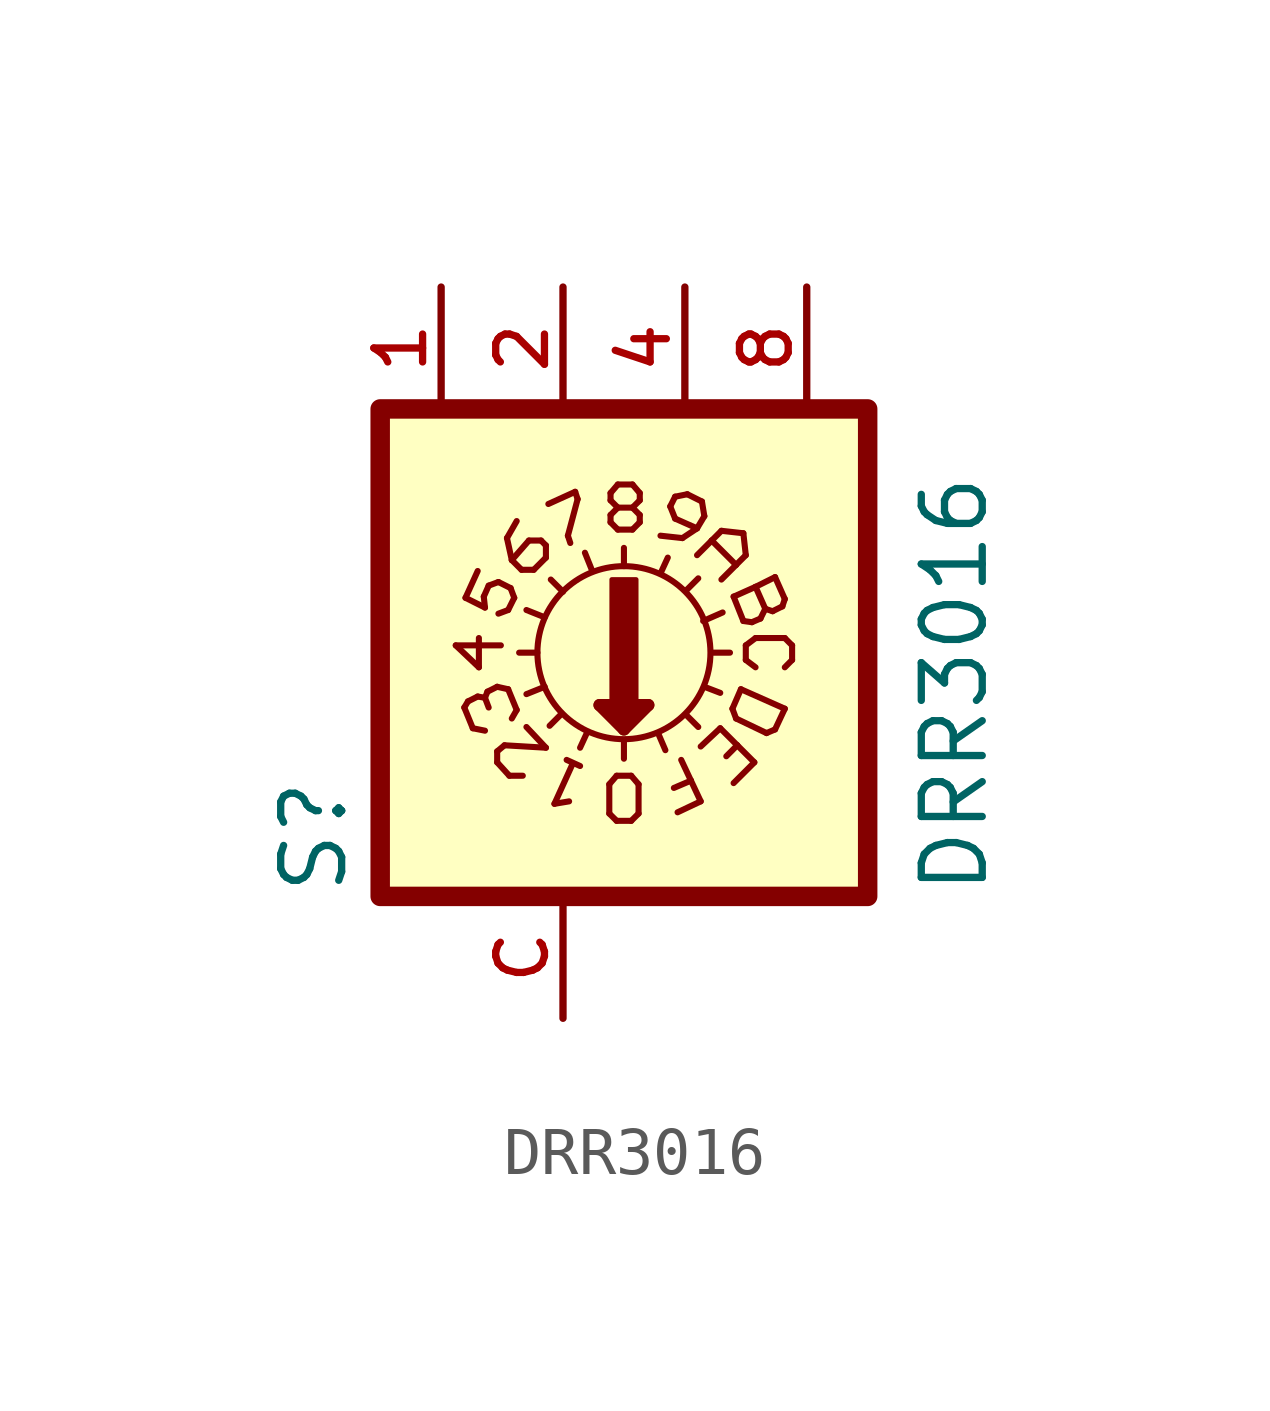
<source format=kicad_sym>
(kicad_symbol_lib
  (version 20211014)
  (generator kicad_symbol_editor)
  (symbol "DRR3016"
    (pin_names
      (offset 1.016))
    (property "Reference" "S"
      (at -4.45 -5.086 90.0)
      (effects (font (size 1.27 1.27)) (justify bottom left)))
    (property "Value" "DRR3016"
      (at 8.901 -5.086 90.0)
      (effects (font (size 1.27 1.27)) (justify bottom left)))
    (symbol "DRR3016_0_0"
      (polyline (pts (xy 3.099 0.0) (xy 3.48 0.0)) (stroke (width 0.127)))
      (polyline (pts (xy 1.27 1.803) (xy 1.27 2.184)) (stroke (width 0.127)))
      (polyline (pts (xy -0.914 0.0) (xy -0.533 0.0)) (stroke (width 0.127)))
      (polyline (pts (xy 2.565 -1.295) (xy 2.819 -1.549)) (stroke (width 0.127)))
      (polyline (pts (xy 0.0 1.27) (xy -0.254 1.524)) (stroke (width 0.127)))
      (polyline (pts (xy 2.565 1.295) (xy 2.819 1.549)) (stroke (width 0.127)))
      (polyline (pts (xy -0.025 -1.27) (xy -0.279 -1.524)) (stroke (width 0.127)))
      (polyline (pts (xy 2.032 1.651) (xy 2.184 1.981)) (stroke (width 0.127)))
      (polyline (pts (xy 2.921 0.66) (xy 3.327 0.838)) (stroke (width 0.127)))
      (polyline (pts (xy 2.946 -0.711) (xy 3.277 -0.838)) (stroke (width 0.127)))
      (polyline (pts (xy 1.981 -1.676) (xy 2.134 -2.032)) (stroke (width 0.127)))
      (polyline (pts (xy 0.508 -1.651) (xy 0.356 -1.981)) (stroke (width 0.127)))
      (polyline (pts (xy -0.381 -0.711) (xy -0.762 -0.864)) (stroke (width 0.127)))
      (polyline (pts (xy -0.381 0.737) (xy -0.762 0.889)) (stroke (width 0.127)))
      (polyline (pts (xy 0.61 1.702) (xy 0.457 2.083)) (stroke (width 0.127)))
      (polyline (pts (xy 0.762 -1.092) (xy 1.27 -1.6)) (stroke (width 0.254)))
      (polyline (pts (xy 1.27 -1.6) (xy 1.778 -1.092)) (stroke (width 0.254)))
      (polyline (pts (xy 1.778 -1.092) (xy 0.762 -1.092)) (stroke (width 0.254)))
      (polyline (pts (xy 1.27 -1.829) (xy 1.27 -2.21)) (stroke (width 0.127)))
      (polyline (pts (xy 1.016 -1.219) (xy 1.524 -1.219)) (stroke (width 0.254)))
      (polyline (pts (xy 1.27 -1.473) (xy 1.27 -1.346)) (stroke (width 0.254)))
      (polyline (pts (xy -2.032 1.143) (xy -1.778 1.702)) (stroke (width 0.127)))
      (polyline (pts (xy -2.032 1.143) (xy -1.626 0.94)) (stroke (width 0.127)))
      (polyline (pts (xy -1.626 0.94) (xy -1.651 1.168)) (stroke (width 0.127)))
      (polyline (pts (xy -1.651 1.168) (xy -1.549 1.397)) (stroke (width 0.127)))
      (polyline (pts (xy -1.092 1.346) (xy -1.016 1.143)) (stroke (width 0.127)))
      (polyline (pts (xy -1.016 1.143) (xy -1.143 0.889)) (stroke (width 0.127)))
      (polyline (pts (xy -1.143 0.889) (xy -1.346 0.813)) (stroke (width 0.127)))
      (polyline (pts (xy -1.549 1.397) (xy -1.346 1.473)) (stroke (width 0.127)))
      (polyline (pts (xy -1.346 1.473) (xy -1.092 1.346)) (stroke (width 0.127)))
      (polyline (pts (xy -0.61 1.727) (xy -0.356 1.981)) (stroke (width 0.127)))
      (polyline (pts (xy -0.356 1.981) (xy -0.356 2.235)) (stroke (width 0.127)))
      (polyline (pts (xy -0.356 2.235) (xy -0.457 2.337)) (stroke (width 0.127)))
      (polyline (pts (xy -0.457 2.337) (xy -0.711 2.337)) (stroke (width 0.127)))
      (polyline (pts (xy -0.711 2.337) (xy -1.067 1.93)) (stroke (width 0.127)))
      (polyline (pts (xy -0.61 1.727) (xy -0.864 1.727)) (stroke (width 0.127)))
      (polyline (pts (xy -0.864 1.727) (xy -1.067 1.93)) (stroke (width 0.127)))
      (polyline (pts (xy -1.067 1.93) (xy -1.168 2.388)) (stroke (width 0.127)))
      (polyline (pts (xy -1.168 2.388) (xy -0.965 2.743)) (stroke (width 0.127)))
      (polyline (pts (xy -0.305 3.099) (xy 0.254 3.353)) (stroke (width 0.127)))
      (polyline (pts (xy 0.102 2.438) (xy 0.152 2.286)) (stroke (width 0.127)))
      (polyline (pts (xy 0.254 3.353) (xy 0.305 3.2)) (stroke (width 0.127)))
      (polyline (pts (xy 0.305 3.2) (xy 0.102 2.438)) (stroke (width 0.127)))
      (polyline (pts (xy 2.896 3.15) (xy 2.591 3.302)) (stroke (width 0.127)))
      (polyline (pts (xy 2.591 3.302) (xy 2.337 3.251)) (stroke (width 0.127)))
      (polyline (pts (xy 2.337 3.251) (xy 2.235 3.048)) (stroke (width 0.127)))
      (polyline (pts (xy 2.235 3.048) (xy 2.337 2.794)) (stroke (width 0.127)))
      (polyline (pts (xy 2.337 2.794) (xy 2.794 2.591)) (stroke (width 0.127)))
      (polyline (pts (xy 2.896 3.15) (xy 2.946 2.845)) (stroke (width 0.127)))
      (polyline (pts (xy 2.946 2.845) (xy 2.794 2.591)) (stroke (width 0.127)))
      (polyline (pts (xy 2.794 2.591) (xy 2.489 2.388)) (stroke (width 0.127)))
      (polyline (pts (xy 2.489 2.388) (xy 2.032 2.438)) (stroke (width 0.127)))
      (polyline (pts (xy 2.794 2.032) (xy 3.099 2.337)) (stroke (width 0.127)))
      (polyline (pts (xy 3.302 2.54) (xy 3.759 2.489)) (stroke (width 0.127)))
      (polyline (pts (xy 3.759 2.489) (xy 3.81 2.032)) (stroke (width 0.127)))
      (polyline (pts (xy 3.81 2.032) (xy 3.607 1.829)) (stroke (width 0.127)))
      (polyline (pts (xy 3.099 2.337) (xy 3.607 1.829)) (stroke (width 0.127)))
      (polyline (pts (xy 3.099 2.337) (xy 3.302 2.54)) (stroke (width 0.127)))
      (polyline (pts (xy 3.607 1.829) (xy 3.302 1.524)) (stroke (width 0.127)))
      (polyline (pts (xy 3.556 1.168) (xy 4.013 1.372)) (stroke (width 0.127)))
      (polyline (pts (xy 4.42 1.575) (xy 4.623 1.118)) (stroke (width 0.127)))
      (polyline (pts (xy 4.623 1.118) (xy 4.572 0.965)) (stroke (width 0.127)))
      (polyline (pts (xy 4.572 0.965) (xy 4.369 0.864)) (stroke (width 0.127)))
      (polyline (pts (xy 4.369 0.864) (xy 4.216 0.914)) (stroke (width 0.127)))
      (polyline (pts (xy 4.216 0.914) (xy 4.013 1.372)) (stroke (width 0.127)))
      (polyline (pts (xy 4.216 0.914) (xy 4.115 0.711)) (stroke (width 0.127)))
      (polyline (pts (xy 4.115 0.711) (xy 3.937 0.635)) (stroke (width 0.127)))
      (polyline (pts (xy 3.937 0.635) (xy 3.759 0.66)) (stroke (width 0.127)))
      (polyline (pts (xy 3.759 0.66) (xy 3.556 1.168)) (stroke (width 0.127)))
      (polyline (pts (xy 4.013 1.372) (xy 4.42 1.575)) (stroke (width 0.127)))
      (polyline (pts (xy 4.013 0.305) (xy 4.623 0.305)) (stroke (width 0.127)))
      (polyline (pts (xy 4.623 0.305) (xy 4.775 0.152)) (stroke (width 0.127)))
      (polyline (pts (xy 4.775 0.152) (xy 4.775 -0.152)) (stroke (width 0.127)))
      (polyline (pts (xy 4.775 -0.152) (xy 4.623 -0.305)) (stroke (width 0.127)))
      (polyline (pts (xy 4.013 0.305) (xy 3.81 0.152)) (stroke (width 0.127)))
      (polyline (pts (xy 3.81 0.152) (xy 3.81 -0.152)) (stroke (width 0.127)))
      (polyline (pts (xy 3.81 -0.152) (xy 4.013 -0.305)) (stroke (width 0.127)))
      (polyline (pts (xy 3.708 -0.762) (xy 3.531 -1.168)) (stroke (width 0.127)))
      (polyline (pts (xy 3.531 -1.168) (xy 3.607 -1.372)) (stroke (width 0.127)))
      (polyline (pts (xy 3.607 -1.372) (xy 4.242 -1.676)) (stroke (width 0.127)))
      (polyline (pts (xy 4.242 -1.676) (xy 4.42 -1.6)) (stroke (width 0.127)))
      (polyline (pts (xy 4.42 -1.6) (xy 4.623 -1.168)) (stroke (width 0.127)))
      (polyline (pts (xy 4.623 -1.168) (xy 3.708 -0.762)) (stroke (width 0.127)))
      (polyline (pts (xy 3.277 -1.575) (xy 2.87 -1.956)) (stroke (width 0.127)))
      (polyline (pts (xy 3.277 -1.575) (xy 3.632 -1.93)) (stroke (width 0.127)))
      (polyline (pts (xy 3.988 -2.286) (xy 3.556 -2.718)) (stroke (width 0.127)))
      (polyline (pts (xy 3.632 -1.93) (xy 3.404 -2.159)) (stroke (width 0.127)))
      (polyline (pts (xy 3.632 -1.93) (xy 3.988 -2.286)) (stroke (width 0.127)))
      (polyline (pts (xy 2.388 -3.327) (xy 2.87 -3.099)) (stroke (width 0.127)))
      (polyline (pts (xy 2.87 -3.099) (xy 2.667 -2.667)) (stroke (width 0.127)))
      (polyline (pts (xy 2.667 -2.667) (xy 2.311 -2.819)) (stroke (width 0.127)))
      (polyline (pts (xy 2.667 -2.667) (xy 2.464 -2.235)) (stroke (width 0.127)))
      (polyline (pts (xy 0.076 -2.235) (xy 0.356 -2.362)) (stroke (width 0.127)))
      (polyline (pts (xy 0.203 -2.311) (xy -0.178 -3.15)) (stroke (width 0.127)))
      (polyline (pts (xy -0.178 -3.15) (xy 0.127 -3.099)) (stroke (width 0.127)))
      (polyline (pts (xy -0.762 -1.549) (xy -0.356 -1.981)) (stroke (width 0.127)))
      (polyline (pts (xy -1.372 -2.286) (xy -1.118 -2.565)) (stroke (width 0.127)))
      (polyline (pts (xy -1.118 -2.565) (xy -0.838 -2.565)) (stroke (width 0.127)))
      (polyline (pts (xy -1.372 -2.286) (xy -1.372 -2.057)) (stroke (width 0.127)))
      (polyline (pts (xy -1.372 -2.057) (xy -1.219 -1.93)) (stroke (width 0.127)))
      (polyline (pts (xy -1.219 -1.93) (xy -0.356 -1.981)) (stroke (width 0.127)))
      (polyline (pts (xy -1.143 -0.762) (xy -0.965 -1.194)) (stroke (width 0.127)))
      (polyline (pts (xy -2.057 -1.143) (xy -1.88 -1.575)) (stroke (width 0.127)))
      (polyline (pts (xy -1.626 -1.626) (xy -1.88 -1.575)) (stroke (width 0.127)))
      (polyline (pts (xy -1.067 -1.372) (xy -0.965 -1.194)) (stroke (width 0.127)))
      (polyline (pts (xy -1.143 -0.762) (xy -1.372 -0.711)) (stroke (width 0.127)))
      (polyline (pts (xy -1.372 -0.711) (xy -1.575 -0.813)) (stroke (width 0.127)))
      (polyline (pts (xy -1.575 -0.813) (xy -1.626 -0.94)) (stroke (width 0.127)))
      (polyline (pts (xy -1.626 -0.94) (xy -1.549 -1.143)) (stroke (width 0.127)))
      (polyline (pts (xy -1.626 -0.94) (xy -1.778 -0.914)) (stroke (width 0.127)))
      (polyline (pts (xy -1.778 -0.914) (xy -1.981 -1.016)) (stroke (width 0.127)))
      (polyline (pts (xy -1.981 -1.016) (xy -2.057 -1.143)) (stroke (width 0.127)))
      (polyline (pts (xy -1.295 0.152) (xy -2.235 0.152)) (stroke (width 0.127)))
      (polyline (pts (xy -2.235 0.152) (xy -1.753 -0.305)) (stroke (width 0.127)))
      (polyline (pts (xy -1.753 -0.305) (xy -1.753 0.305)) (stroke (width 0.127)))
      (polyline (pts (xy 1.118 -3.505) (xy 1.422 -3.505)) (stroke (width 0.127)))
      (polyline (pts (xy 1.422 -3.505) (xy 1.575 -3.353)) (stroke (width 0.127)))
      (polyline (pts (xy 1.575 -3.353) (xy 1.575 -2.743)) (stroke (width 0.127)))
      (polyline (pts (xy 1.575 -2.743) (xy 1.422 -2.565)) (stroke (width 0.127)))
      (polyline (pts (xy 1.422 -2.565) (xy 1.118 -2.565)) (stroke (width 0.127)))
      (polyline (pts (xy 1.118 -2.565) (xy 0.965 -2.743)) (stroke (width 0.127)))
      (polyline (pts (xy 0.965 -2.743) (xy 0.965 -3.353)) (stroke (width 0.127)))
      (polyline (pts (xy 0.965 -3.353) (xy 1.118 -3.505)) (stroke (width 0.127)))
      (polyline (pts (xy 1.143 2.565) (xy 1.448 2.565)) (stroke (width 0.127)))
      (polyline (pts (xy 1.448 2.565) (xy 1.6 2.718)) (stroke (width 0.127)))
      (polyline (pts (xy 1.6 2.718) (xy 1.6 2.87)) (stroke (width 0.127)))
      (polyline (pts (xy 1.6 2.87) (xy 1.448 3.023)) (stroke (width 0.127)))
      (polyline (pts (xy 1.448 3.023) (xy 1.6 3.175)) (stroke (width 0.127)))
      (polyline (pts (xy 1.6 3.175) (xy 1.6 3.327)) (stroke (width 0.127)))
      (polyline (pts (xy 1.6 3.327) (xy 1.448 3.505)) (stroke (width 0.127)))
      (polyline (pts (xy 1.448 3.505) (xy 1.143 3.505)) (stroke (width 0.127)))
      (polyline (pts (xy 1.143 3.505) (xy 0.991 3.327)) (stroke (width 0.127)))
      (polyline (pts (xy 0.991 3.327) (xy 0.991 3.175)) (stroke (width 0.127)))
      (polyline (pts (xy 0.991 3.175) (xy 1.143 3.023)) (stroke (width 0.127)))
      (polyline (pts (xy 1.143 3.023) (xy 0.991 2.87)) (stroke (width 0.127)))
      (polyline (pts (xy 0.991 2.87) (xy 0.991 2.718)) (stroke (width 0.127)))
      (polyline (pts (xy 0.991 2.718) (xy 1.143 2.565)) (stroke (width 0.127)))
      (polyline (pts (xy 1.143 3.023) (xy 1.448 3.023)) (stroke (width 0.127)))
      (circle (center 1.27 0.0) (radius 1.803) (stroke (width 0.127)) (fill (type none)))
      (rectangle (start 1.017 -1.017) (end 1.524 1.524) (stroke (width 0.1)) (fill (type outline)))
      (rectangle (start -3.81 -5.08) (end 6.35 5.08) (stroke (width 0.406)) (fill (type background)))
      (pin passive line (at 5.08 7.62 270.0) (length 2.54) (name "~" (effects (font (size 1.016 1.016)))) (number "8" (effects (font (size 1.016 1.016)))))
      (pin passive line (at 2.54 7.62 270.0) (length 2.54) (name "~" (effects (font (size 1.016 1.016)))) (number "4" (effects (font (size 1.016 1.016)))))
      (pin passive line (at 0.0 7.62 270.0) (length 2.54) (name "~" (effects (font (size 1.016 1.016)))) (number "2" (effects (font (size 1.016 1.016)))))
      (pin passive line (at -2.54 7.62 270.0) (length 2.54) (name "~" (effects (font (size 1.016 1.016)))) (number "1" (effects (font (size 1.016 1.016)))))
      (pin passive line (at 0.0 -7.62 90.0) (length 2.54) (name "~" (effects (font (size 1.016 1.016)))) (number "C" (effects (font (size 1.016 1.016))))))))
</source>
